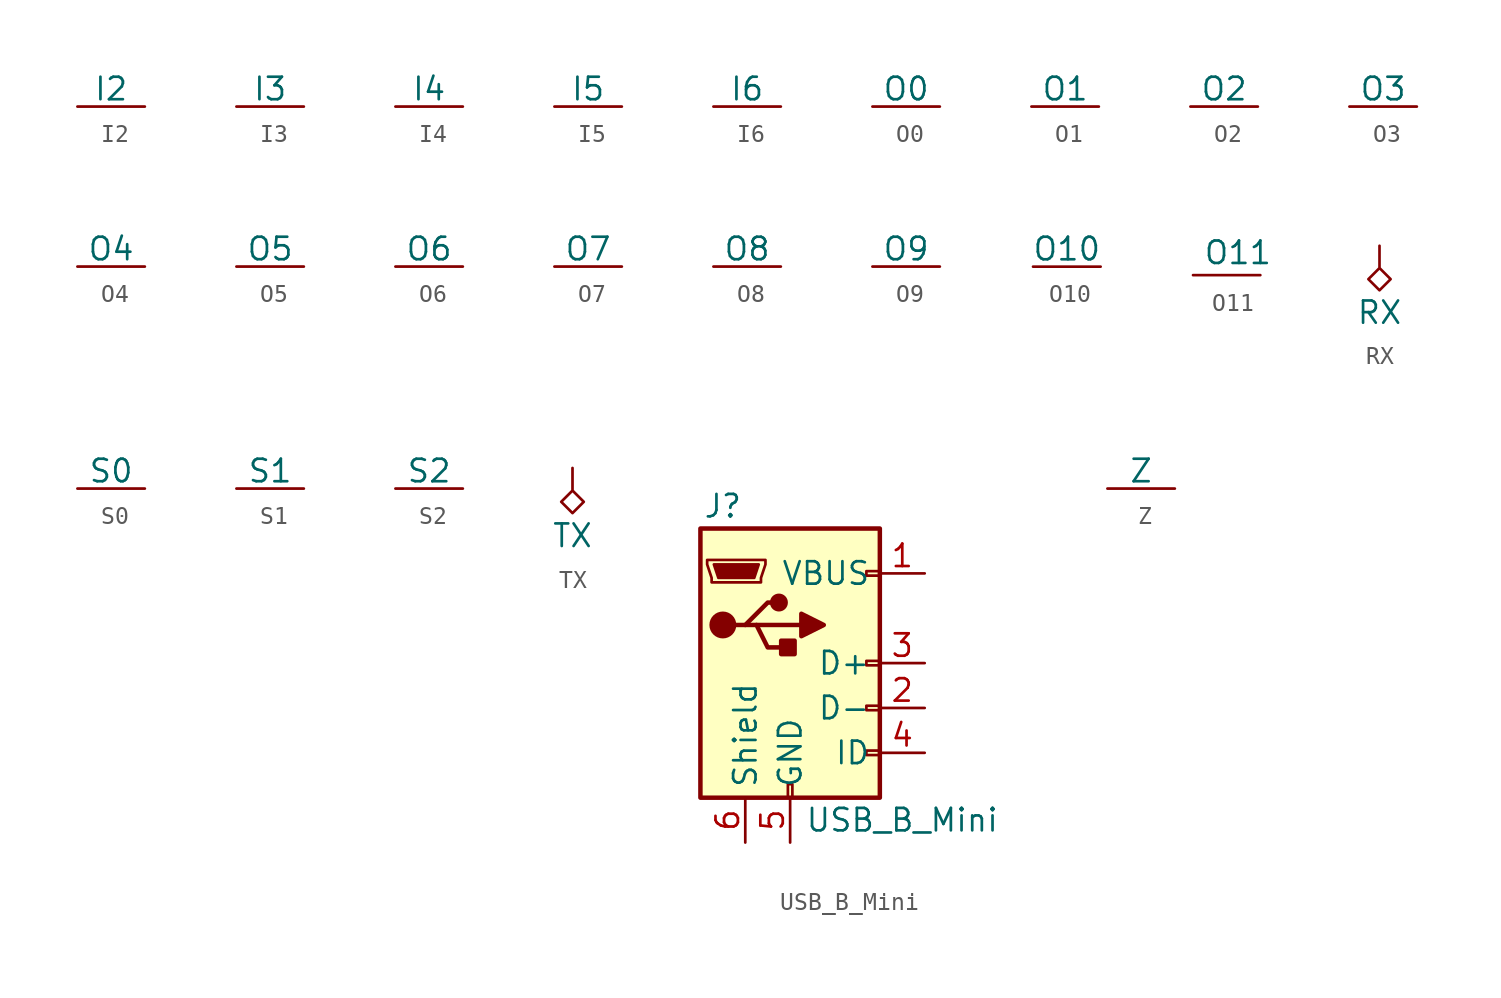
<source format=kicad_sym>
(kicad_symbol_lib
  (version 20211014)
  (generator kicad_symbol_editor)
  (symbol "I2"
    (power)
    (pin_names
      (offset 0))
    (property "Reference" "#O"
      (at 0 2.54 0)
      (effects (font (size 1.27 1.27)) hide))
    (symbol "I2_1_1"
      (pin power_in line (at 0 0 180) (length 3.81) (name "I2" (effects (font (size 1.27 1.27)))) (number "" (effects (font (size 1.27 1.27)))))))
  (symbol "I3"
    (power)
    (pin_names
      (offset 0))
    (property "Reference" "#O"
      (at 0 2.54 0)
      (effects (font (size 1.27 1.27)) hide))
    (symbol "I3_1_1"
      (pin power_in line (at 0 0 180) (length 3.81) (name "I3" (effects (font (size 1.27 1.27)))) (number "" (effects (font (size 1.27 1.27)))))))
  (symbol "I4"
    (power)
    (pin_names
      (offset 0))
    (property "Reference" "#O"
      (at 0 2.54 0)
      (effects (font (size 1.27 1.27)) hide))
    (symbol "I4_1_1"
      (pin power_in line (at 0 0 180) (length 3.81) (name "I4" (effects (font (size 1.27 1.27)))) (number "" (effects (font (size 1.27 1.27)))))))
  (symbol "I5"
    (power)
    (pin_names
      (offset 0))
    (property "Reference" "#O"
      (at 0 2.54 0)
      (effects (font (size 1.27 1.27)) hide))
    (symbol "I5_1_1"
      (pin power_in line (at 0 0 180) (length 3.81) (name "I5" (effects (font (size 1.27 1.27)))) (number "" (effects (font (size 1.27 1.27)))))))
  (symbol "I6"
    (power)
    (pin_names
      (offset 0))
    (property "Reference" "#O"
      (at 0 2.54 0)
      (effects (font (size 1.27 1.27)) hide))
    (symbol "I6_1_1"
      (pin power_in line (at 0 0 180) (length 3.81) (name "I6" (effects (font (size 1.27 1.27)))) (number "" (effects (font (size 1.27 1.27)))))))
  (symbol "O0"
    (power)
    (pin_names
      (offset 0))
    (property "Reference" "#O"
      (at 0 2.54 0)
      (effects (font (size 1.27 1.27)) hide))
    (symbol "O0_1_1"
      (pin power_in line (at 0 0 180) (length 3.81) (name "O0" (effects (font (size 1.27 1.27)))) (number "" (effects (font (size 1.27 1.27)))))))
  (symbol "O1"
    (power)
    (pin_names
      (offset 0))
    (property "Reference" "#O"
      (at 0 2.54 0)
      (effects (font (size 1.27 1.27)) hide))
    (symbol "O1_1_1"
      (pin power_in line (at 0 0 180) (length 3.81) (name "O1" (effects (font (size 1.27 1.27)))) (number "" (effects (font (size 1.27 1.27)))))))
  (symbol "O2"
    (power)
    (pin_names
      (offset 0))
    (property "Reference" "#O"
      (at 0 2.54 0)
      (effects (font (size 1.27 1.27)) hide))
    (symbol "O2_1_1"
      (pin power_in line (at 0 0 180) (length 3.81) (name "O2" (effects (font (size 1.27 1.27)))) (number "" (effects (font (size 1.27 1.27)))))))
  (symbol "O3"
    (power)
    (pin_names
      (offset 0))
    (property "Reference" "#O"
      (at 0 2.54 0)
      (effects (font (size 1.27 1.27)) hide))
    (symbol "O3_1_1"
      (pin power_in line (at 0 0 180) (length 3.81) (name "O3" (effects (font (size 1.27 1.27)))) (number "" (effects (font (size 1.27 1.27)))))))
  (symbol "O4"
    (power)
    (pin_names
      (offset 0))
    (property "Reference" "#O"
      (at 0 2.54 0)
      (effects (font (size 1.27 1.27)) hide))
    (symbol "O4_1_1"
      (pin power_in line (at 0 0 180) (length 3.81) (name "O4" (effects (font (size 1.27 1.27)))) (number "" (effects (font (size 1.27 1.27)))))))
  (symbol "O5"
    (power)
    (pin_names
      (offset 0))
    (property "Reference" "#O"
      (at 0 2.54 0)
      (effects (font (size 1.27 1.27)) hide))
    (symbol "O5_1_1"
      (pin power_in line (at 0 0 180) (length 3.81) (name "O5" (effects (font (size 1.27 1.27)))) (number "" (effects (font (size 1.27 1.27)))))))
  (symbol "O6"
    (power)
    (pin_names
      (offset 0))
    (property "Reference" "#O"
      (at 0 2.54 0)
      (effects (font (size 1.27 1.27)) hide))
    (symbol "O6_1_1"
      (pin power_in line (at 0 0 180) (length 3.81) (name "O6" (effects (font (size 1.27 1.27)))) (number "" (effects (font (size 1.27 1.27)))))))
  (symbol "O7"
    (power)
    (pin_names
      (offset 0))
    (property "Reference" "#O"
      (at 0 2.54 0)
      (effects (font (size 1.27 1.27)) hide))
    (symbol "O7_1_1"
      (pin power_in line (at 0 0 180) (length 3.81) (name "O7" (effects (font (size 1.27 1.27)))) (number "" (effects (font (size 1.27 1.27)))))))
  (symbol "O8"
    (power)
    (pin_names
      (offset 0))
    (property "Reference" "#O"
      (at 0 2.54 0)
      (effects (font (size 1.27 1.27)) hide))
    (symbol "O8_1_1"
      (pin power_in line (at 0 0 180) (length 3.81) (name "O8" (effects (font (size 1.27 1.27)))) (number "" (effects (font (size 1.27 1.27)))))))
  (symbol "O9"
    (power)
    (pin_names
      (offset 0))
    (property "Reference" "#O"
      (at 0 2.54 0)
      (effects (font (size 1.27 1.27)) hide))
    (symbol "O9_1_1"
      (pin power_in line (at 0 0 180) (length 3.81) (name "O9" (effects (font (size 1.27 1.27)))) (number "" (effects (font (size 1.27 1.27)))))))
  (symbol "O10"
    (power)
    (pin_names
      (offset 0))
    (property "Reference" "#O"
      (at 0 2.54 0)
      (effects (font (size 1.27 1.27)) hide))
    (symbol "O10_1_1"
      (pin power_in line (at 0 0 180) (length 3.81) (name "O10" (effects (font (size 1.27 1.27)))) (number "" (effects (font (size 1.27 1.27)))))))
  (symbol "O11"
    (power)
    (pin_numbers hide)
    (pin_names
      (offset 0) hide)
    (property "Reference" "#O"
      (at 0 2.54 0)
      (effects (font (size 1.27 1.27)) hide))
    (property "Value" "O11"
      (at -1.27 1.27 0)
      (effects (font (size 1.27 1.27))))
    (symbol "O11_1_1"
      (pin power_in line (at 0 0 180) (length 3.81) (name "O11" (effects (font (size 1.27 1.27)))) (number "" (effects (font (size 1.27 1.27)))))))
  (symbol "RX"
    (power)
    (pin_names
      (offset 0))
    (property "Reference" "#RX"
      (at 0 -6.35 0)
      (effects (font (size 1.27 1.27)) hide))
    (property "Value" "RX"
      (at 0 -3.81 0)
      (effects (font (size 1.27 1.27))))
    (symbol "RX_0_1"
      (polyline (pts (xy 0 0) (xy 0 -1.27) (xy 0.635 -1.905) (xy 0 -2.54) (xy -0.635 -1.905) (xy 0 -1.27)) (stroke (width 0) (type default) (color 0 0 0 0)) (fill (type none))))
    (symbol "RX_1_1"
      (pin power_in line (at 0 0 270) (length 0) hide (name "RX" (effects (font (size 1.27 1.27)))) (number "1" (effects (font (size 1.27 1.27)))))))
  (symbol "S0"
    (power)
    (pin_names
      (offset 0))
    (property "Reference" "#O"
      (at 0 2.54 0)
      (effects (font (size 1.27 1.27)) hide))
    (symbol "S0_1_1"
      (pin output line (at 0 0 180) (length 3.81) (name "S0" (effects (font (size 1.27 1.27)))) (number "" (effects (font (size 1.27 1.27)))))))
  (symbol "S1"
    (power)
    (pin_names
      (offset 0))
    (property "Reference" "#O"
      (at 0 2.54 0)
      (effects (font (size 1.27 1.27)) hide))
    (symbol "S1_1_1"
      (pin output line (at 0 0 180) (length 3.81) (name "S1" (effects (font (size 1.27 1.27)))) (number "" (effects (font (size 1.27 1.27)))))))
  (symbol "S2"
    (power)
    (pin_names
      (offset 0))
    (property "Reference" "#O"
      (at 0 2.54 0)
      (effects (font (size 1.27 1.27)) hide))
    (symbol "S2_1_1"
      (pin output line (at 0 0 180) (length 3.81) (name "S2" (effects (font (size 1.27 1.27)))) (number "" (effects (font (size 1.27 1.27)))))))
  (symbol "TX"
    (power)
    (pin_names
      (offset 0))
    (property "Reference" "#TX"
      (at 0 -6.35 0)
      (effects (font (size 1.27 1.27)) hide))
    (property "Value" "TX"
      (at 0 -3.81 0)
      (effects (font (size 1.27 1.27))))
    (symbol "TX_0_1"
      (polyline (pts (xy 0 0) (xy 0 -1.27) (xy 0.635 -1.905) (xy 0 -2.54) (xy -0.635 -1.905) (xy 0 -1.27)) (stroke (width 0) (type default) (color 0 0 0 0)) (fill (type none))))
    (symbol "TX_1_1"
      (pin power_in line (at 0 0 270) (length 0) hide (name "TX" (effects (font (size 1.27 1.27)))) (number "1" (effects (font (size 1.27 1.27)))))))
  (symbol "USB_B_Mini"
    (property "Reference" "J"
      (at -3.81 8.89 0)
      (effects (font (size 1.27 1.27))))
    (property "Value" "USB_B_Mini"
      (at 6.35 -8.89 0)
      (effects (font (size 1.27 1.27))))
    (symbol "USB_B_Mini_0_1"
      (rectangle (start -5.08 -7.62) (end 5.08 7.62) (stroke (width 0.254) (type default) (color 0 0 0 0)) (fill (type background)))
      (circle (center -3.81 2.159) (radius 0.635) (stroke (width 0.254) (type default) (color 0 0 0 0)) (fill (type outline)))
      (circle (center -0.635 3.429) (radius 0.381) (stroke (width 0.254) (type default) (color 0 0 0 0)) (fill (type outline)))
      (rectangle (start -0.127 -7.62) (end 0.127 -6.858) (stroke (width 0) (type default) (color 0 0 0 0)) (fill (type none)))
      (polyline (pts (xy -1.905 2.159) (xy 0.635 2.159)) (stroke (width 0.254) (type default) (color 0 0 0 0)) (fill (type none)))
      (polyline (pts (xy -3.175 2.159) (xy -2.54 2.159) (xy -1.27 3.429) (xy -0.635 3.429)) (stroke (width 0.254) (type default) (color 0 0 0 0)) (fill (type none)))
      (polyline (pts (xy -2.54 2.159) (xy -1.905 2.159) (xy -1.27 0.889) (xy 0 0.889)) (stroke (width 0.254) (type default) (color 0 0 0 0)) (fill (type none)))
      (polyline (pts (xy 0.635 2.794) (xy 0.635 1.524) (xy 1.905 2.159) (xy 0.635 2.794)) (stroke (width 0.254) (type default) (color 0 0 0 0)) (fill (type outline)))
      (polyline (pts (xy -4.318 5.588) (xy -1.778 5.588) (xy -2.032 4.826) (xy -4.064 4.826) (xy -4.318 5.588)) (stroke (width 0) (type default) (color 0 0 0 0)) (fill (type outline)))
      (polyline (pts (xy -4.699 5.842) (xy -4.699 5.588) (xy -4.445 4.826) (xy -4.445 4.572) (xy -1.651 4.572) (xy -1.651 4.826) (xy -1.397 5.588) (xy -1.397 5.842) (xy -4.699 5.842)) (stroke (width 0) (type default) (color 0 0 0 0)) (fill (type none)))
      (rectangle (start 0.254 1.27) (end -0.508 0.508) (stroke (width 0.254) (type default) (color 0 0 0 0)) (fill (type outline)))
      (rectangle (start 5.08 -5.207) (end 4.318 -4.953) (stroke (width 0) (type default) (color 0 0 0 0)) (fill (type none)))
      (rectangle (start 5.08 -2.667) (end 4.318 -2.413) (stroke (width 0) (type default) (color 0 0 0 0)) (fill (type none)))
      (rectangle (start 5.08 -0.127) (end 4.318 0.127) (stroke (width 0) (type default) (color 0 0 0 0)) (fill (type none)))
      (rectangle (start 5.08 4.953) (end 4.318 5.207) (stroke (width 0) (type default) (color 0 0 0 0)) (fill (type none))))
    (symbol "USB_B_Mini_1_1"
      (pin power_out line (at 7.62 5.08 180) (length 2.54) (name "VBUS" (effects (font (size 1.27 1.27)))) (number "1" (effects (font (size 1.27 1.27)))))
      (pin bidirectional line (at 7.62 -2.54 180) (length 2.54) (name "D-" (effects (font (size 1.27 1.27)))) (number "2" (effects (font (size 1.27 1.27)))))
      (pin bidirectional line (at 7.62 0 180) (length 2.54) (name "D+" (effects (font (size 1.27 1.27)))) (number "3" (effects (font (size 1.27 1.27)))))
      (pin passive line (at 7.62 -5.08 180) (length 2.54) (name "ID" (effects (font (size 1.27 1.27)))) (number "4" (effects (font (size 1.27 1.27)))))
      (pin power_out line (at 0 -10.16 90) (length 2.54) (name "GND" (effects (font (size 1.27 1.27)))) (number "5" (effects (font (size 1.27 1.27)))))
      (pin passive line (at -2.54 -10.16 90) (length 2.54) (name "Shield" (effects (font (size 1.27 1.27)))) (number "6" (effects (font (size 1.27 1.27)))))))
  (symbol "Z"
    (power)
    (pin_names
      (offset 0))
    (property "Reference" "#O"
      (at 0 2.54 0)
      (effects (font (size 1.27 1.27)) hide))
    (symbol "Z_1_1"
      (pin output line (at 0 0 180) (length 3.81) (name "Z" (effects (font (size 1.27 1.27)))) (number "" (effects (font (size 1.27 1.27))))))))
</source>
